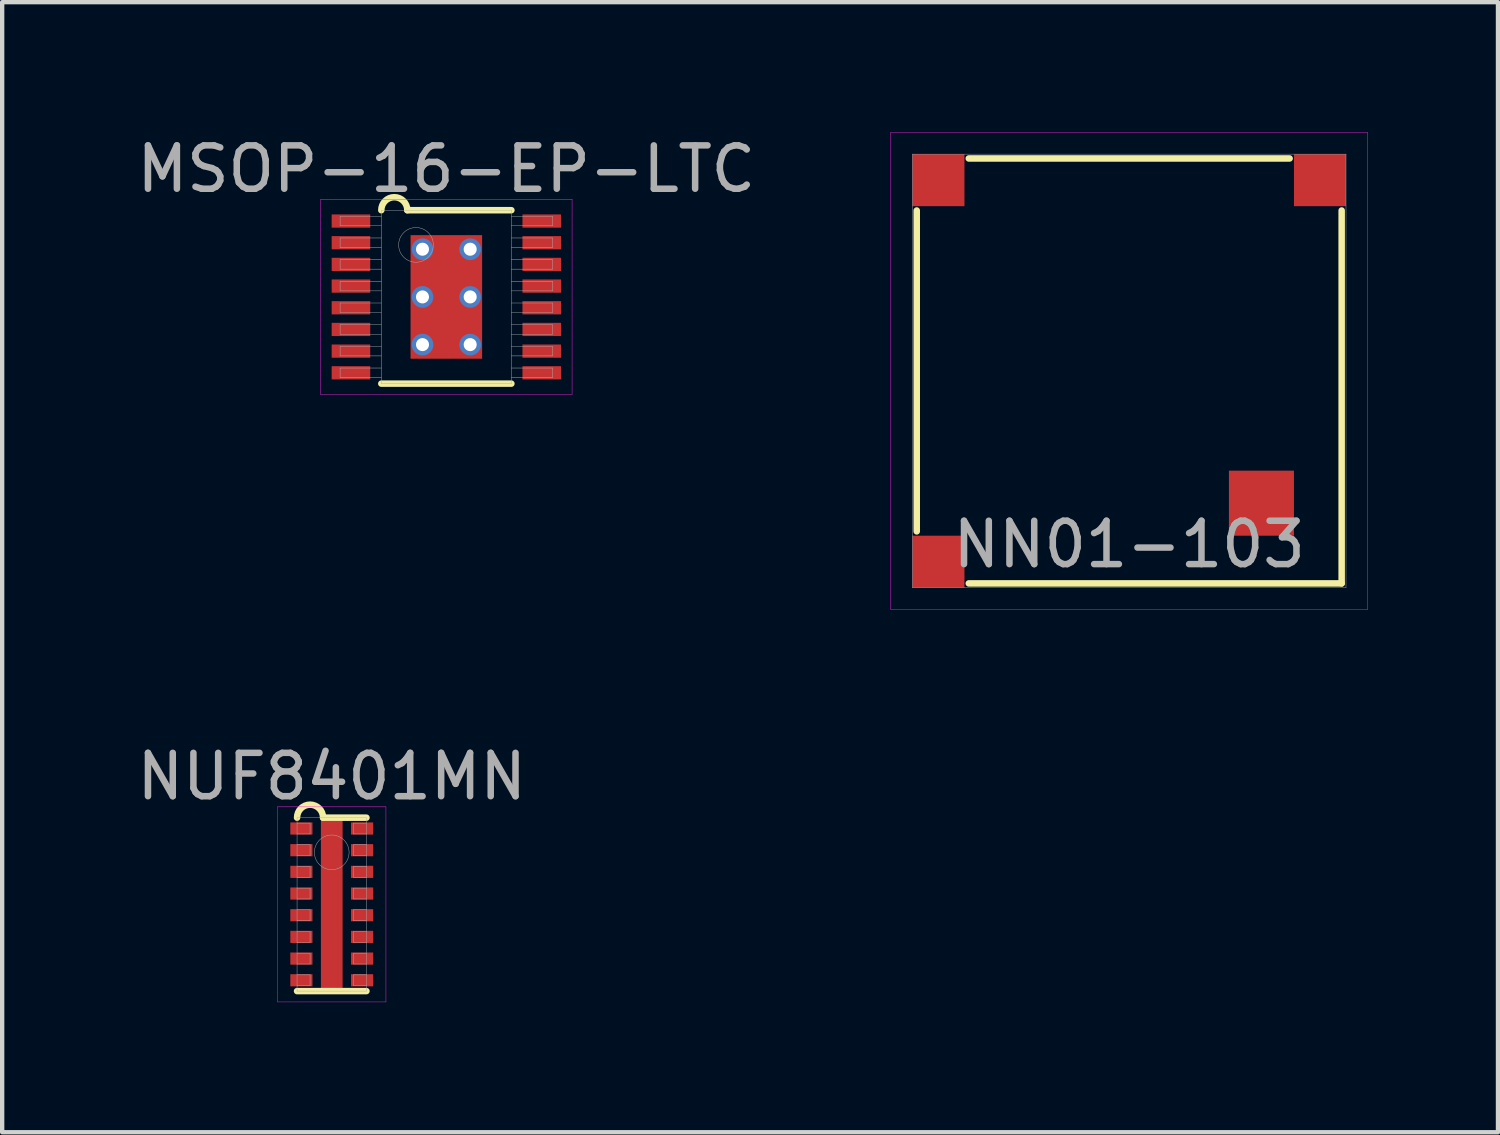
<source format=kicad_pcb>
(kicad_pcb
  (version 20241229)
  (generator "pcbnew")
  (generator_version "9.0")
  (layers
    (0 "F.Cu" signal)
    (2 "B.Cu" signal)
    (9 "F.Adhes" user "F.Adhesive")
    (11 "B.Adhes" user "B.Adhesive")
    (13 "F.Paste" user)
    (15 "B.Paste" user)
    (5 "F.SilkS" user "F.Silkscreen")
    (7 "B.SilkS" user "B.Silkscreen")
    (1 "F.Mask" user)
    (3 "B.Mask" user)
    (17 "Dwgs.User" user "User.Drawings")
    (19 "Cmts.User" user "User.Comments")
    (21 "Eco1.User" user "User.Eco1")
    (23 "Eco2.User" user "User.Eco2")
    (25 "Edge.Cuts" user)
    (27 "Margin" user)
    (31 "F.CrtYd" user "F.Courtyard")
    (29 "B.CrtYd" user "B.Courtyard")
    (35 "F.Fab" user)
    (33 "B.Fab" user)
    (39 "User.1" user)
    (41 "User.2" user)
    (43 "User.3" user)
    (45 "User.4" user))
  (footprint "NN01-103"
    (layer "F.Cu")
    (at 22.993 5.505)
    (property "Reference" "NN01-103" (at 0 4 0) (layer "F.Fab") (effects (font (size 1 1) (thickness 0.15))))
    (attr through_hole)
    (fp_line (start -4.9 3.7) (end -4.9 -3.7) (stroke (width 0.15) (type solid)) (layer "F.SilkS"))
    (fp_line (start -3.7 -4.9) (end 3.7 -4.9) (stroke (width 0.15) (type solid)) (layer "F.SilkS"))
    (fp_line (start 4.9 -3.7) (end 4.9 4.9) (stroke (width 0.15) (type solid)) (layer "F.SilkS"))
    (fp_line (start 4.9 4.9) (end -3.7 4.9) (stroke (width 0.15) (type solid)) (layer "F.SilkS"))
    (fp_line (start -5.5 -5.5) (end 5.5 -5.5) (stroke (width 0.01) (type solid)) (layer "F.CrtYd"))
    (fp_line (start -5.5 5.5) (end -5.5 -5.5) (stroke (width 0.01) (type solid)) (layer "F.CrtYd"))
    (fp_line (start 5.5 -5.5) (end 5.5 5.5) (stroke (width 0.01) (type solid)) (layer "F.CrtYd"))
    (fp_line (start 5.5 5.5) (end -5.5 5.5) (stroke (width 0.01) (type solid)) (layer "F.CrtYd"))
    (fp_line (start -5 -5) (end 5 -5) (stroke (width 0.01) (type solid)) (layer "F.Fab"))
    (fp_line (start -5 5) (end -5 -5) (stroke (width 0.01) (type solid)) (layer "F.Fab"))
    (fp_line (start 5 -5) (end 5 5) (stroke (width 0.01) (type solid)) (layer "F.Fab"))
    (fp_line (start 5 5) (end -5 5) (stroke (width 0.01) (type solid)) (layer "F.Fab"))
    (pad "" smd rect (at -4.4 -4.4) (size 1.2 1.2) (layers "F.Cu" "F.Mask" "F.Paste"))
    (pad "" smd rect (at -4.4 4.4) (size 1.2 1.2) (layers "F.Cu" "F.Mask" "F.Paste"))
    (pad "" smd rect (at 4.4 -4.4) (size 1.2 1.2) (layers "F.Cu" "F.Mask" "F.Paste"))
    (pad "1" smd rect (at 3.05 3.05) (size 1.5 1.5) (layers "F.Cu" "F.Mask" "F.Paste")))
  (footprint "NUF8401MN"
    (layer "F.Cu")
    (at 4.601 17.808)
    (property "Reference" "NUF8401MN" (at 0 -2.95 0) (layer "F.Fab") (effects (font (size 1 1) (thickness 0.15))))
    (attr smd)
    (fp_line (start -0.8 2) (end 0.8 2) (stroke (width 0.15) (type solid)) (layer "F.SilkS"))
    (fp_line (start -0.2 -2) (end 0.8 -2) (stroke (width 0.15) (type solid)) (layer "F.SilkS"))
    (fp_arc (start -0.8 -2) (mid -0.5 -2.3) (end -0.2 -2) (stroke (width 0.15) (type solid)) (layer "F.SilkS"))
    (fp_line (start -1.25 -2.25) (end 1.25 -2.25) (stroke (width 0.01) (type solid)) (layer "F.CrtYd"))
    (fp_line (start -1.25 2.25) (end -1.25 -2.25) (stroke (width 0.01) (type solid)) (layer "F.CrtYd"))
    (fp_line (start 1.25 -2.25) (end 1.25 2.25) (stroke (width 0.01) (type solid)) (layer "F.CrtYd"))
    (fp_line (start 1.25 2.25) (end -1.25 2.25) (stroke (width 0.01) (type solid)) (layer "F.CrtYd"))
    (fp_line (start -0.8 -2) (end 0.8 -2) (stroke (width 0.01) (type solid)) (layer "F.Fab"))
    (fp_line (start -0.8 -1.625) (end -0.5 -1.625) (stroke (width 0.01) (type solid)) (layer "F.Fab"))
    (fp_line (start -0.8 -1.125) (end -0.5 -1.125) (stroke (width 0.01) (type solid)) (layer "F.Fab"))
    (fp_line (start -0.8 -0.625) (end -0.5 -0.625) (stroke (width 0.01) (type solid)) (layer "F.Fab"))
    (fp_line (start -0.8 -0.125) (end -0.5 -0.125) (stroke (width 0.01) (type solid)) (layer "F.Fab"))
    (fp_line (start -0.8 0.375) (end -0.5 0.375) (stroke (width 0.01) (type solid)) (layer "F.Fab"))
    (fp_line (start -0.8 0.875) (end -0.5 0.875) (stroke (width 0.01) (type solid)) (layer "F.Fab"))
    (fp_line (start -0.8 1.375) (end -0.5 1.375) (stroke (width 0.01) (type solid)) (layer "F.Fab"))
    (fp_line (start -0.8 1.875) (end -0.5 1.875) (stroke (width 0.01) (type solid)) (layer "F.Fab"))
    (fp_line (start -0.8 2) (end -0.8 -2) (stroke (width 0.01) (type solid)) (layer "F.Fab"))
    (fp_line (start -0.5 -1.875) (end -0.8 -1.875) (stroke (width 0.01) (type solid)) (layer "F.Fab"))
    (fp_line (start -0.5 -1.625) (end -0.5 -1.875) (stroke (width 0.01) (type solid)) (layer "F.Fab"))
    (fp_line (start -0.5 -1.375) (end -0.8 -1.375) (stroke (width 0.01) (type solid)) (layer "F.Fab"))
    (fp_line (start -0.5 -1.125) (end -0.5 -1.375) (stroke (width 0.01) (type solid)) (layer "F.Fab"))
    (fp_line (start -0.5 -0.875) (end -0.8 -0.875) (stroke (width 0.01) (type solid)) (layer "F.Fab"))
    (fp_line (start -0.5 -0.625) (end -0.5 -0.875) (stroke (width 0.01) (type solid)) (layer "F.Fab"))
    (fp_line (start -0.5 -0.375) (end -0.8 -0.375) (stroke (width 0.01) (type solid)) (layer "F.Fab"))
    (fp_line (start -0.5 -0.125) (end -0.5 -0.375) (stroke (width 0.01) (type solid)) (layer "F.Fab"))
    (fp_line (start -0.5 0.125) (end -0.8 0.125) (stroke (width 0.01) (type solid)) (layer "F.Fab"))
    (fp_line (start -0.5 0.375) (end -0.5 0.125) (stroke (width 0.01) (type solid)) (layer "F.Fab"))
    (fp_line (start -0.5 0.625) (end -0.8 0.625) (stroke (width 0.01) (type solid)) (layer "F.Fab"))
    (fp_line (start -0.5 0.875) (end -0.5 0.625) (stroke (width 0.01) (type solid)) (layer "F.Fab"))
    (fp_line (start -0.5 1.125) (end -0.8 1.125) (stroke (width 0.01) (type solid)) (layer "F.Fab"))
    (fp_line (start -0.5 1.375) (end -0.5 1.125) (stroke (width 0.01) (type solid)) (layer "F.Fab"))
    (fp_line (start -0.5 1.625) (end -0.8 1.625) (stroke (width 0.01) (type solid)) (layer "F.Fab"))
    (fp_line (start -0.5 1.875) (end -0.5 1.625) (stroke (width 0.01) (type solid)) (layer "F.Fab"))
    (fp_line (start 0.5 -1.875) (end 0.5 -1.625) (stroke (width 0.01) (type solid)) (layer "F.Fab"))
    (fp_line (start 0.5 -1.625) (end 0.8 -1.625) (stroke (width 0.01) (type solid)) (layer "F.Fab"))
    (fp_line (start 0.5 -1.375) (end 0.5 -1.125) (stroke (width 0.01) (type solid)) (layer "F.Fab"))
    (fp_line (start 0.5 -1.125) (end 0.8 -1.125) (stroke (width 0.01) (type solid)) (layer "F.Fab"))
    (fp_line (start 0.5 -0.875) (end 0.5 -0.625) (stroke (width 0.01) (type solid)) (layer "F.Fab"))
    (fp_line (start 0.5 -0.625) (end 0.8 -0.625) (stroke (width 0.01) (type solid)) (layer "F.Fab"))
    (fp_line (start 0.5 -0.375) (end 0.5 -0.125) (stroke (width 0.01) (type solid)) (layer "F.Fab"))
    (fp_line (start 0.5 -0.125) (end 0.8 -0.125) (stroke (width 0.01) (type solid)) (layer "F.Fab"))
    (fp_line (start 0.5 0.125) (end 0.5 0.375) (stroke (width 0.01) (type solid)) (layer "F.Fab"))
    (fp_line (start 0.5 0.375) (end 0.8 0.375) (stroke (width 0.01) (type solid)) (layer "F.Fab"))
    (fp_line (start 0.5 0.625) (end 0.5 0.875) (stroke (width 0.01) (type solid)) (layer "F.Fab"))
    (fp_line (start 0.5 0.875) (end 0.8 0.875) (stroke (width 0.01) (type solid)) (layer "F.Fab"))
    (fp_line (start 0.5 1.125) (end 0.5 1.375) (stroke (width 0.01) (type solid)) (layer "F.Fab"))
    (fp_line (start 0.5 1.375) (end 0.8 1.375) (stroke (width 0.01) (type solid)) (layer "F.Fab"))
    (fp_line (start 0.5 1.625) (end 0.5 1.875) (stroke (width 0.01) (type solid)) (layer "F.Fab"))
    (fp_line (start 0.5 1.875) (end 0.8 1.875) (stroke (width 0.01) (type solid)) (layer "F.Fab"))
    (fp_line (start 0.8 -2) (end 0.8 2) (stroke (width 0.01) (type solid)) (layer "F.Fab"))
    (fp_line (start 0.8 -1.875) (end 0.5 -1.875) (stroke (width 0.01) (type solid)) (layer "F.Fab"))
    (fp_line (start 0.8 -1.375) (end 0.5 -1.375) (stroke (width 0.01) (type solid)) (layer "F.Fab"))
    (fp_line (start 0.8 -0.875) (end 0.5 -0.875) (stroke (width 0.01) (type solid)) (layer "F.Fab"))
    (fp_line (start 0.8 -0.375) (end 0.5 -0.375) (stroke (width 0.01) (type solid)) (layer "F.Fab"))
    (fp_line (start 0.8 0.125) (end 0.5 0.125) (stroke (width 0.01) (type solid)) (layer "F.Fab"))
    (fp_line (start 0.8 0.625) (end 0.5 0.625) (stroke (width 0.01) (type solid)) (layer "F.Fab"))
    (fp_line (start 0.8 1.125) (end 0.5 1.125) (stroke (width 0.01) (type solid)) (layer "F.Fab"))
    (fp_line (start 0.8 1.625) (end 0.5 1.625) (stroke (width 0.01) (type solid)) (layer "F.Fab"))
    (fp_line (start 0.8 2) (end -0.8 2) (stroke (width 0.01) (type solid)) (layer "F.Fab"))
    (fp_circle (center 0 -1.2) (end 0 -0.8) (stroke (width 0.01) (type solid)) (fill no) (layer "F.Fab"))
    (pad "" smd rect (at 0 -1.5) (size 0.4 0.6) (layers "F.Paste"))
    (pad "" smd rect (at 0 -0.5) (size 0.4 0.6) (layers "F.Paste"))
    (pad "" smd rect (at 0 0.5) (size 0.4 0.6) (layers "F.Paste"))
    (pad "" smd rect (at 0 1.5) (size 0.4 0.6) (layers "F.Paste"))
    (pad "1" smd rect (at -0.7 -1.75) (size 0.51 0.28) (layers "F.Cu" "F.Mask" "F.Paste"))
    (pad "2" smd rect (at -0.7 -1.25) (size 0.51 0.28) (layers "F.Cu" "F.Mask" "F.Paste"))
    (pad "3" smd rect (at -0.7 -0.75) (size 0.51 0.28) (layers "F.Cu" "F.Mask" "F.Paste"))
    (pad "4" smd rect (at -0.7 -0.25) (size 0.51 0.28) (layers "F.Cu" "F.Mask" "F.Paste"))
    (pad "5" smd rect (at -0.7 0.25) (size 0.51 0.28) (layers "F.Cu" "F.Mask" "F.Paste"))
    (pad "6" smd rect (at -0.7 0.75) (size 0.51 0.28) (layers "F.Cu" "F.Mask" "F.Paste"))
    (pad "7" smd rect (at -0.7 1.25) (size 0.51 0.28) (layers "F.Cu" "F.Mask" "F.Paste"))
    (pad "8" smd rect (at -0.7 1.75) (size 0.51 0.28) (layers "F.Cu" "F.Mask" "F.Paste"))
    (pad "9" smd rect (at 0.7 1.75) (size 0.51 0.28) (layers "F.Cu" "F.Mask" "F.Paste"))
    (pad "10" smd rect (at 0.7 1.25) (size 0.51 0.28) (layers "F.Cu" "F.Mask" "F.Paste"))
    (pad "11" smd rect (at 0.7 0.75) (size 0.51 0.28) (layers "F.Cu" "F.Mask" "F.Paste"))
    (pad "12" smd rect (at 0.7 0.25) (size 0.51 0.28) (layers "F.Cu" "F.Mask" "F.Paste"))
    (pad "13" smd rect (at 0.7 -0.25) (size 0.51 0.28) (layers "F.Cu" "F.Mask" "F.Paste"))
    (pad "14" smd rect (at 0.7 -0.75) (size 0.51 0.28) (layers "F.Cu" "F.Mask" "F.Paste"))
    (pad "15" smd rect (at 0.7 -1.25) (size 0.51 0.28) (layers "F.Cu" "F.Mask" "F.Paste"))
    (pad "16" smd rect (at 0.7 -1.75) (size 0.51 0.28) (layers "F.Cu" "F.Mask" "F.Paste"))
    (pad "EP" smd rect (at 0 0) (size 0.5 4.1) (layers "F.Cu" "F.Mask")))
  (footprint "MSOP-16-EP-LTC"
    (layer "F.Cu")
    (at 7.244 3.798)
    (property "Reference" "MSOP-16-EP-LTC" (at 0 -2.95 0) (layer "F.Fab") (effects (font (size 1 1) (thickness 0.15))))
    (attr smd)
    (fp_line (start -1.5 2) (end 1.5 2) (stroke (width 0.15) (type solid)) (layer "F.SilkS"))
    (fp_line (start -0.9 -2) (end 1.5 -2) (stroke (width 0.15) (type solid)) (layer "F.SilkS"))
    (fp_arc (start -1.5 -2) (mid -1.2 -2.3) (end -0.9 -2) (stroke (width 0.15) (type solid)) (layer "F.SilkS"))
    (fp_line (start -2.9 -2.25) (end 2.9 -2.25) (stroke (width 0.01) (type solid)) (layer "F.CrtYd"))
    (fp_line (start -2.9 2.25) (end -2.9 -2.25) (stroke (width 0.01) (type solid)) (layer "F.CrtYd"))
    (fp_line (start 2.9 -2.25) (end 2.9 2.25) (stroke (width 0.01) (type solid)) (layer "F.CrtYd"))
    (fp_line (start 2.9 2.25) (end -2.9 2.25) (stroke (width 0.01) (type solid)) (layer "F.CrtYd"))
    (fp_line (start -2.45 -1.86) (end -1.5 -1.86) (stroke (width 0.01) (type solid)) (layer "F.Fab"))
    (fp_line (start -2.45 -1.64) (end -2.45 -1.86) (stroke (width 0.01) (type solid)) (layer "F.Fab"))
    (fp_line (start -2.45 -1.36) (end -1.5 -1.36) (stroke (width 0.01) (type solid)) (layer "F.Fab"))
    (fp_line (start -2.45 -1.14) (end -2.45 -1.36) (stroke (width 0.01) (type solid)) (layer "F.Fab"))
    (fp_line (start -2.45 -0.86) (end -1.5 -0.86) (stroke (width 0.01) (type solid)) (layer "F.Fab"))
    (fp_line (start -2.45 -0.64) (end -2.45 -0.86) (stroke (width 0.01) (type solid)) (layer "F.Fab"))
    (fp_line (start -2.45 -0.36) (end -1.5 -0.36) (stroke (width 0.01) (type solid)) (layer "F.Fab"))
    (fp_line (start -2.45 -0.14) (end -2.45 -0.36) (stroke (width 0.01) (type solid)) (layer "F.Fab"))
    (fp_line (start -2.45 0.14) (end -1.5 0.14) (stroke (width 0.01) (type solid)) (layer "F.Fab"))
    (fp_line (start -2.45 0.36) (end -2.45 0.14) (stroke (width 0.01) (type solid)) (layer "F.Fab"))
    (fp_line (start -2.45 0.64) (end -1.5 0.64) (stroke (width 0.01) (type solid)) (layer "F.Fab"))
    (fp_line (start -2.45 0.86) (end -2.45 0.64) (stroke (width 0.01) (type solid)) (layer "F.Fab"))
    (fp_line (start -2.45 1.14) (end -1.5 1.14) (stroke (width 0.01) (type solid)) (layer "F.Fab"))
    (fp_line (start -2.45 1.36) (end -2.45 1.14) (stroke (width 0.01) (type solid)) (layer "F.Fab"))
    (fp_line (start -2.45 1.64) (end -1.5 1.64) (stroke (width 0.01) (type solid)) (layer "F.Fab"))
    (fp_line (start -2.45 1.86) (end -2.45 1.64) (stroke (width 0.01) (type solid)) (layer "F.Fab"))
    (fp_line (start -1.5 -2) (end 1.5 -2) (stroke (width 0.01) (type solid)) (layer "F.Fab"))
    (fp_line (start -1.5 -1.64) (end -2.45 -1.64) (stroke (width 0.01) (type solid)) (layer "F.Fab"))
    (fp_line (start -1.5 -1.14) (end -2.45 -1.14) (stroke (width 0.01) (type solid)) (layer "F.Fab"))
    (fp_line (start -1.5 -0.64) (end -2.45 -0.64) (stroke (width 0.01) (type solid)) (layer "F.Fab"))
    (fp_line (start -1.5 -0.14) (end -2.45 -0.14) (stroke (width 0.01) (type solid)) (layer "F.Fab"))
    (fp_line (start -1.5 0.36) (end -2.45 0.36) (stroke (width 0.01) (type solid)) (layer "F.Fab"))
    (fp_line (start -1.5 0.86) (end -2.45 0.86) (stroke (width 0.01) (type solid)) (layer "F.Fab"))
    (fp_line (start -1.5 1.36) (end -2.45 1.36) (stroke (width 0.01) (type solid)) (layer "F.Fab"))
    (fp_line (start -1.5 1.86) (end -2.45 1.86) (stroke (width 0.01) (type solid)) (layer "F.Fab"))
    (fp_line (start -1.5 2) (end -1.5 -2) (stroke (width 0.01) (type solid)) (layer "F.Fab"))
    (fp_line (start 1.5 -2) (end 1.5 2) (stroke (width 0.01) (type solid)) (layer "F.Fab"))
    (fp_line (start 1.5 -1.86) (end 2.45 -1.86) (stroke (width 0.01) (type solid)) (layer "F.Fab"))
    (fp_line (start 1.5 -1.36) (end 2.45 -1.36) (stroke (width 0.01) (type solid)) (layer "F.Fab"))
    (fp_line (start 1.5 -0.86) (end 2.45 -0.86) (stroke (width 0.01) (type solid)) (layer "F.Fab"))
    (fp_line (start 1.5 -0.36) (end 2.45 -0.36) (stroke (width 0.01) (type solid)) (layer "F.Fab"))
    (fp_line (start 1.5 0.14) (end 2.45 0.14) (stroke (width 0.01) (type solid)) (layer "F.Fab"))
    (fp_line (start 1.5 0.64) (end 2.45 0.64) (stroke (width 0.01) (type solid)) (layer "F.Fab"))
    (fp_line (start 1.5 1.14) (end 2.45 1.14) (stroke (width 0.01) (type solid)) (layer "F.Fab"))
    (fp_line (start 1.5 1.64) (end 2.45 1.64) (stroke (width 0.01) (type solid)) (layer "F.Fab"))
    (fp_line (start 1.5 2) (end -1.5 2) (stroke (width 0.01) (type solid)) (layer "F.Fab"))
    (fp_line (start 2.45 -1.86) (end 2.45 -1.64) (stroke (width 0.01) (type solid)) (layer "F.Fab"))
    (fp_line (start 2.45 -1.64) (end 1.5 -1.64) (stroke (width 0.01) (type solid)) (layer "F.Fab"))
    (fp_line (start 2.45 -1.36) (end 2.45 -1.14) (stroke (width 0.01) (type solid)) (layer "F.Fab"))
    (fp_line (start 2.45 -1.14) (end 1.5 -1.14) (stroke (width 0.01) (type solid)) (layer "F.Fab"))
    (fp_line (start 2.45 -0.86) (end 2.45 -0.64) (stroke (width 0.01) (type solid)) (layer "F.Fab"))
    (fp_line (start 2.45 -0.64) (end 1.5 -0.64) (stroke (width 0.01) (type solid)) (layer "F.Fab"))
    (fp_line (start 2.45 -0.36) (end 2.45 -0.14) (stroke (width 0.01) (type solid)) (layer "F.Fab"))
    (fp_line (start 2.45 -0.14) (end 1.5 -0.14) (stroke (width 0.01) (type solid)) (layer "F.Fab"))
    (fp_line (start 2.45 0.14) (end 2.45 0.36) (stroke (width 0.01) (type solid)) (layer "F.Fab"))
    (fp_line (start 2.45 0.36) (end 1.5 0.36) (stroke (width 0.01) (type solid)) (layer "F.Fab"))
    (fp_line (start 2.45 0.64) (end 2.45 0.86) (stroke (width 0.01) (type solid)) (layer "F.Fab"))
    (fp_line (start 2.45 0.86) (end 1.5 0.86) (stroke (width 0.01) (type solid)) (layer "F.Fab"))
    (fp_line (start 2.45 1.14) (end 2.45 1.36) (stroke (width 0.01) (type solid)) (layer "F.Fab"))
    (fp_line (start 2.45 1.36) (end 1.5 1.36) (stroke (width 0.01) (type solid)) (layer "F.Fab"))
    (fp_line (start 2.45 1.64) (end 2.45 1.86) (stroke (width 0.01) (type solid)) (layer "F.Fab"))
    (fp_line (start 2.45 1.86) (end 1.5 1.86) (stroke (width 0.01) (type solid)) (layer "F.Fab"))
    (fp_circle (center -0.7 -1.2) (end -0.7 -0.8) (stroke (width 0.01) (type solid)) (fill no) (layer "F.Fab"))
    (pad "" smd rect (at 0 -0.55) (size 1 0.7) (layers "F.Paste"))
    (pad "" smd rect (at 0 0.55) (size 1 0.7) (layers "F.Paste"))
    (pad "1" smd rect (at -2.2 -1.75) (size 0.889 0.305) (layers "F.Cu" "F.Mask" "F.Paste"))
    (pad "2" smd rect (at -2.2 -1.25) (size 0.889 0.305) (layers "F.Cu" "F.Mask" "F.Paste"))
    (pad "3" smd rect (at -2.2 -0.75) (size 0.889 0.305) (layers "F.Cu" "F.Mask" "F.Paste"))
    (pad "4" smd rect (at -2.2 -0.25) (size 0.889 0.305) (layers "F.Cu" "F.Mask" "F.Paste"))
    (pad "5" smd rect (at -2.2 0.25) (size 0.889 0.305) (layers "F.Cu" "F.Mask" "F.Paste"))
    (pad "6" smd rect (at -2.2 0.75) (size 0.889 0.305) (layers "F.Cu" "F.Mask" "F.Paste"))
    (pad "7" smd rect (at -2.2 1.25) (size 0.889 0.305) (layers "F.Cu" "F.Mask" "F.Paste"))
    (pad "8" smd rect (at -2.2 1.75) (size 0.889 0.305) (layers "F.Cu" "F.Mask" "F.Paste"))
    (pad "9" smd rect (at 2.2 1.75) (size 0.889 0.305) (layers "F.Cu" "F.Mask" "F.Paste"))
    (pad "10" smd rect (at 2.2 1.25) (size 0.889 0.305) (layers "F.Cu" "F.Mask" "F.Paste"))
    (pad "11" smd rect (at 2.2 0.75) (size 0.889 0.305) (layers "F.Cu" "F.Mask" "F.Paste"))
    (pad "12" smd rect (at 2.2 0.25) (size 0.889 0.305) (layers "F.Cu" "F.Mask" "F.Paste"))
    (pad "13" smd rect (at 2.2 -0.25) (size 0.889 0.305) (layers "F.Cu" "F.Mask" "F.Paste"))
    (pad "14" smd rect (at 2.2 -0.75) (size 0.889 0.305) (layers "F.Cu" "F.Mask" "F.Paste"))
    (pad "15" smd rect (at 2.2 -1.25) (size 0.889 0.305) (layers "F.Cu" "F.Mask" "F.Paste"))
    (pad "16" smd rect (at 2.2 -1.75) (size 0.889 0.305) (layers "F.Cu" "F.Mask" "F.Paste"))
    (pad "EP" thru_hole circle (at -0.55 -1.1) (size 0.5 0.5) (drill 0.3) (layers "*.Cu"))
    (pad "EP" thru_hole circle (at -0.55 0) (size 0.5 0.5) (drill 0.3) (layers "*.Cu"))
    (pad "EP" thru_hole circle (at -0.55 1.1) (size 0.5 0.5) (drill 0.3) (layers "*.Cu"))
    (pad "EP" smd rect (at 0 0) (size 1.65 2.85) (layers "F.Cu" "F.Mask"))
    (pad "EP" thru_hole circle (at 0.55 -1.1) (size 0.5 0.5) (drill 0.3) (layers "*.Cu"))
    (pad "EP" thru_hole circle (at 0.55 0) (size 0.5 0.5) (drill 0.3) (layers "*.Cu"))
    (pad "EP" thru_hole circle (at 0.55 1.1) (size 0.5 0.5) (drill 0.3) (layers "*.Cu")))
  (gr_rect
    (start -3 -3)
    (end 31.498 23.063)
    (stroke (width 0.1) (type default))
    (fill no)
    (layer "Edge.Cuts")))
</source>
